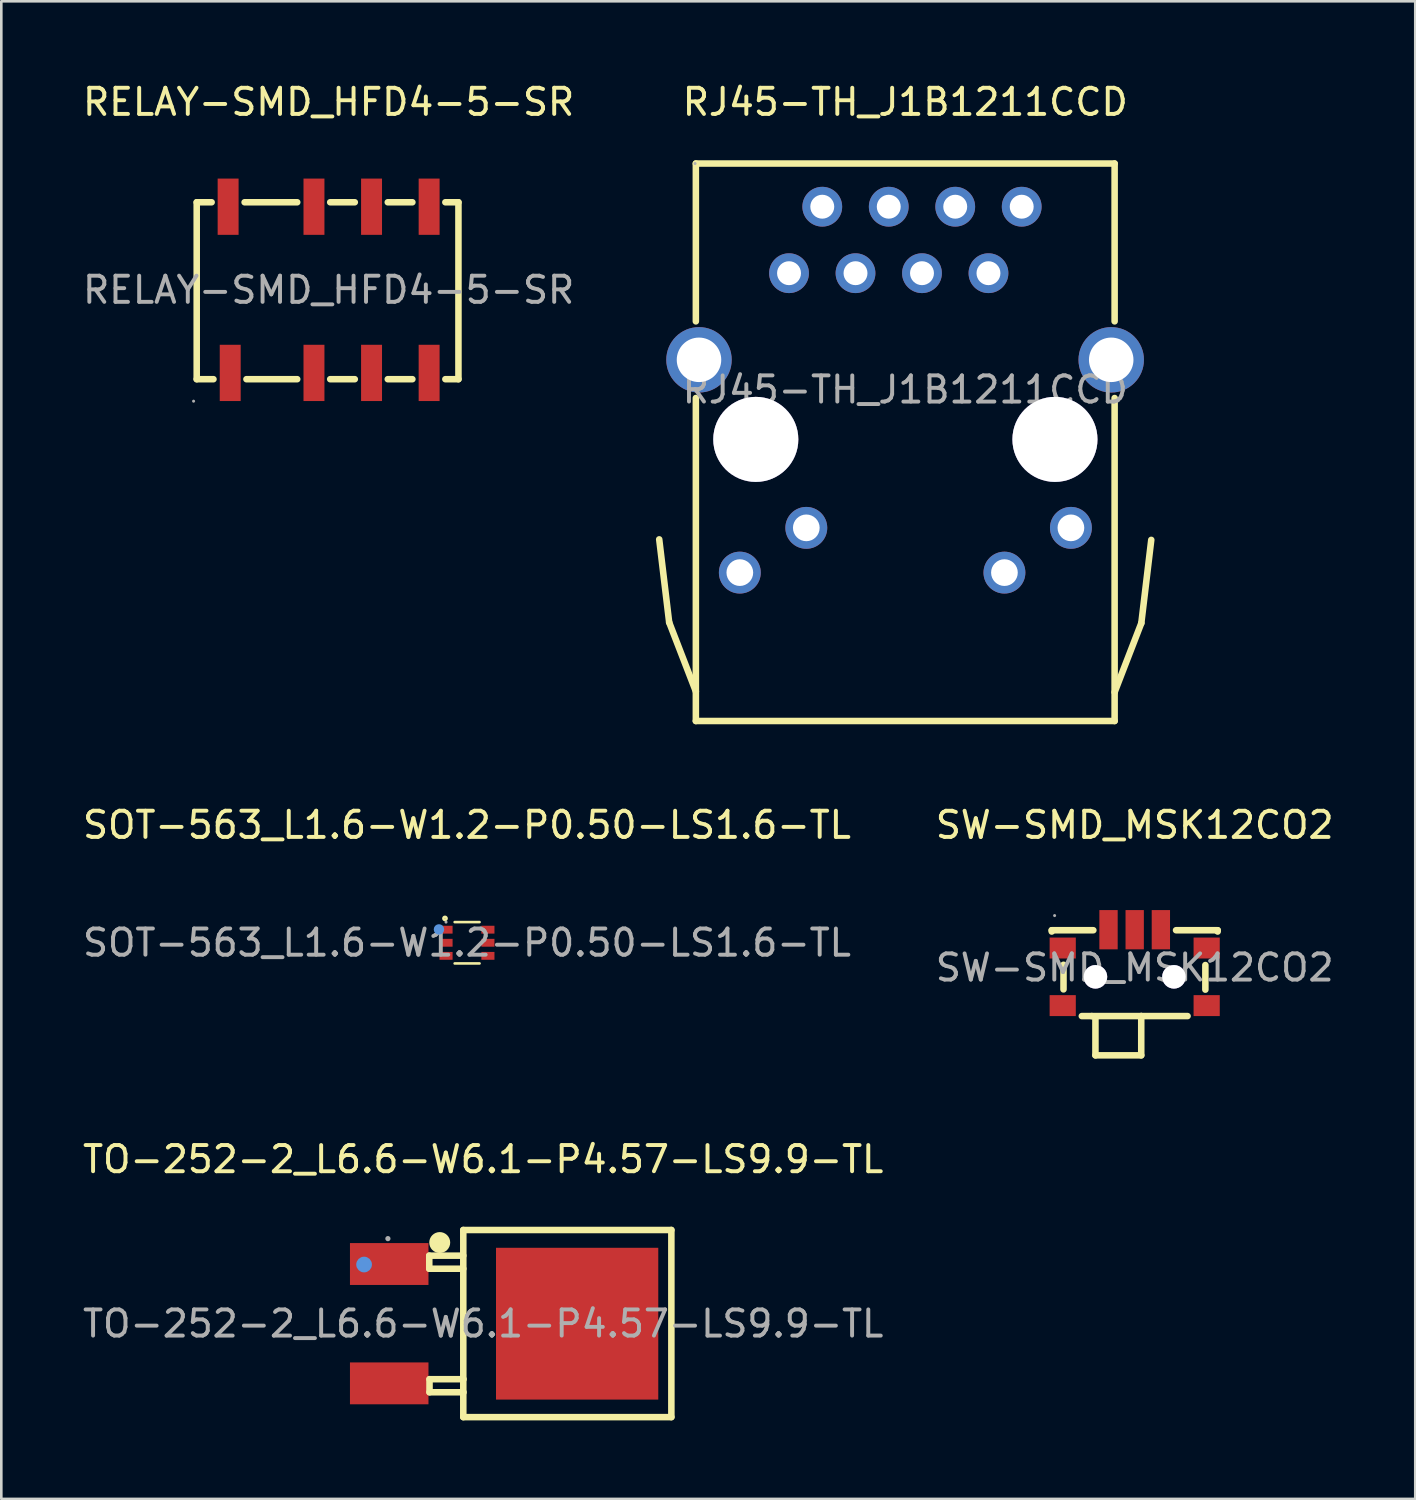
<source format=kicad_pcb>
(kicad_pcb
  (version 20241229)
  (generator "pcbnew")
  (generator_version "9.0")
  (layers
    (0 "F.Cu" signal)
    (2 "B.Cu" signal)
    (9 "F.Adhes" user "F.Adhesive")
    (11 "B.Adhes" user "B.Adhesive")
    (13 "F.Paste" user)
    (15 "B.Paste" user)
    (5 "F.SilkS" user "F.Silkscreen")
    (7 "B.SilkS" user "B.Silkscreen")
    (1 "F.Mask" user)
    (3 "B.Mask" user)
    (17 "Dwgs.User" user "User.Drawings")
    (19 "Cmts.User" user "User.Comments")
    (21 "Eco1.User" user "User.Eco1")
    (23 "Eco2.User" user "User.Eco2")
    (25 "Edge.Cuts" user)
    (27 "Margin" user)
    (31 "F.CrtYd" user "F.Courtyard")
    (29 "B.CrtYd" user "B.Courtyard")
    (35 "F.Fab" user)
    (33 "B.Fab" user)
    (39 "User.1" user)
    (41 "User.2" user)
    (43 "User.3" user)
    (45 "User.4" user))
  (footprint "SW-SMD_MSK12CO2"
    (layer "F.Cu")
    (at 40.304 33.922)
    (property "Reference" "SW-SMD_MSK12CO2" (at 0 -5.45 0) (layer "F.SilkS") (effects (font (size 1 1) (thickness 0.15))))
    (attr smd)
    (fp_line (start -3.17 -1.43) (end -3.17 -1.38) (stroke (width 0.25) (type solid)) (layer "F.SilkS"))
    (fp_line (start -2.72 -0.11) (end -2.72 0.83) (stroke (width 0.25) (type solid)) (layer "F.SilkS"))
    (fp_line (start -1.64 1.85) (end -2.02 1.85) (stroke (width 0.25) (type solid)) (layer "F.SilkS"))
    (fp_line (start -1.58 -1.43) (end -3.17 -1.43) (stroke (width 0.25) (type solid)) (layer "F.SilkS"))
    (fp_line (start -1.5 3.35) (end -1.5 1.9) (stroke (width 0.25) (type solid)) (layer "F.SilkS"))
    (fp_line (start 0.25 1.85) (end -1.64 1.85) (stroke (width 0.25) (type solid)) (layer "F.SilkS"))
    (fp_line (start 0.25 1.85) (end 0.25 3.35) (stroke (width 0.25) (type solid)) (layer "F.SilkS"))
    (fp_line (start 0.25 1.85) (end 2.02 1.85) (stroke (width 0.25) (type solid)) (layer "F.SilkS"))
    (fp_line (start 0.25 3.35) (end -1.5 3.35) (stroke (width 0.25) (type solid)) (layer "F.SilkS"))
    (fp_line (start 1.58 -1.43) (end 3.17 -1.43) (stroke (width 0.25) (type solid)) (layer "F.SilkS"))
    (fp_line (start 2.7 -0.1) (end 2.7 0.84) (stroke (width 0.25) (type solid)) (layer "F.SilkS"))
    (fp_line (start 3.17 -1.43) (end 3.17 -1.38) (stroke (width 0.25) (type solid)) (layer "F.SilkS"))
    (fp_circle (center -1.5 0.35) (end -1.31 0.35) (stroke (width 0.38) (type solid)) (fill no) (layer "Cmts.User"))
    (fp_circle (center 1.5 0.35) (end 1.69 0.35) (stroke (width 0.38) (type solid)) (fill no) (layer "Cmts.User"))
    (fp_circle (center -3.06 -1.99) (end -3.03 -1.99) (stroke (width 0.06) (type solid)) (fill no) (layer "F.Fab"))
    (fp_text user "${REFERENCE}" (at 0 0 0) (layer "F.Fab") (effects (font (size 1 1) (thickness 0.15))))
    (pad "" thru_hole circle (at -1.5 0.35) (size 0.9 0.9) (drill 0.9) (layers "*.Cu" "*.Mask"))
    (pad "" thru_hole circle (at 1.5 0.35) (size 0.9 0.9) (drill 0.9) (layers "*.Cu" "*.Mask"))
    (pad "1" smd rect (at -1 -1.45) (size 0.7 1.5) (layers "F.Cu" "F.Mask" "F.Paste"))
    (pad "2" smd rect (at 0 -1.45) (size 0.7 1.5) (layers "F.Cu" "F.Mask" "F.Paste"))
    (pad "3" smd rect (at 1 -1.45) (size 0.7 1.5) (layers "F.Cu" "F.Mask" "F.Paste"))
    (pad "4" smd rect (at -2.75 -0.75) (size 1 0.8) (layers "F.Cu" "F.Mask" "F.Paste"))
    (pad "4" smd rect (at -2.75 1.45) (size 1 0.8) (layers "F.Cu" "F.Mask" "F.Paste"))
    (pad "5" smd rect (at 2.75 -0.75) (size 1 0.8) (layers "F.Cu" "F.Mask" "F.Paste"))
    (pad "5" smd rect (at 2.75 1.45) (size 1 0.8) (layers "F.Cu" "F.Mask" "F.Paste")))
  (footprint "RJ45-TH_J1B1211CCD"
    (layer "F.Cu")
    (at 31.537 11.838)
    (property "Reference" "RJ45-TH_J1B1211CCD" (at 0 -10.99 0) (layer "F.SilkS") (effects (font (size 1 1) (thickness 0.15))))
    (attr through_hole)
    (fp_line (start -9.02 8.89) (end -9.4 5.72) (stroke (width 0.25) (type solid)) (layer "F.SilkS"))
    (fp_line (start -8 -8.64) (end -8 -2.61) (stroke (width 0.25) (type solid)) (layer "F.SilkS"))
    (fp_line (start -8 0.32) (end -8 12.66) (stroke (width 0.25) (type solid)) (layer "F.SilkS"))
    (fp_line (start -8 11.53) (end -9.02 8.89) (stroke (width 0.25) (type solid)) (layer "F.SilkS"))
    (fp_line (start 8 -8.64) (end -8 -8.64) (stroke (width 0.25) (type solid)) (layer "F.SilkS"))
    (fp_line (start 8 -8.64) (end 8 -2.61) (stroke (width 0.25) (type solid)) (layer "F.SilkS"))
    (fp_line (start 8 0.32) (end 8 12.66) (stroke (width 0.25) (type solid)) (layer "F.SilkS"))
    (fp_line (start 8 11.56) (end 9.02 8.92) (stroke (width 0.25) (type solid)) (layer "F.SilkS"))
    (fp_line (start 8 12.66) (end -8 12.66) (stroke (width 0.25) (type solid)) (layer "F.SilkS"))
    (fp_line (start 9.02 8.92) (end 9.4 5.74) (stroke (width 0.25) (type solid)) (layer "F.SilkS"))
    (fp_circle (center -8.03 -8.64) (end -8 -8.64) (stroke (width 0.06) (type solid)) (fill no) (layer "F.Fab"))
    (fp_text user "${REFERENCE}" (at 0 0 0) (layer "F.Fab") (effects (font (size 1 1) (thickness 0.15))))
    (pad "" thru_hole circle (at -5.71 1.9) (size 3.25 3.25) (drill 3.25) (layers "*.Cu" "*.Mask"))
    (pad "" thru_hole circle (at 5.72 1.9) (size 3.25 3.25) (drill 3.25) (layers "*.Cu" "*.Mask"))
    (pad "1" thru_hole circle (at -4.44 -4.45) (size 1.52 1.52) (drill 0.914) (layers "*.Cu" "*.Mask"))
    (pad "2" thru_hole circle (at -3.17 -6.99) (size 1.52 1.52) (drill 0.914) (layers "*.Cu" "*.Mask"))
    (pad "3" thru_hole circle (at -1.9 -4.45) (size 1.52 1.52) (drill 0.914) (layers "*.Cu" "*.Mask"))
    (pad "4" thru_hole circle (at -0.63 -6.99) (size 1.52 1.52) (drill 0.914) (layers "*.Cu" "*.Mask"))
    (pad "5" thru_hole circle (at 0.64 -4.45) (size 1.52 1.52) (drill 0.914) (layers "*.Cu" "*.Mask"))
    (pad "6" thru_hole circle (at 1.91 -6.99) (size 1.52 1.52) (drill 0.914) (layers "*.Cu" "*.Mask"))
    (pad "7" thru_hole circle (at 3.18 -4.45) (size 1.52 1.52) (drill 0.914) (layers "*.Cu" "*.Mask"))
    (pad "8" thru_hole circle (at 4.45 -6.99) (size 1.52 1.52) (drill 0.914) (layers "*.Cu" "*.Mask"))
    (pad "9" thru_hole circle (at -6.32 6.99) (size 1.6 1.6) (drill 1.02) (layers "*.Cu" "*.Mask"))
    (pad "10" thru_hole circle (at -3.78 5.28) (size 1.6 1.6) (drill 1.02) (layers "*.Cu" "*.Mask"))
    (pad "11" thru_hole circle (at 3.79 6.99) (size 1.6 1.6) (drill 1.02) (layers "*.Cu" "*.Mask"))
    (pad "12" thru_hole circle (at 6.33 5.28) (size 1.6 1.6) (drill 1.02) (layers "*.Cu" "*.Mask"))
    (pad "13" thru_hole circle (at -7.88 -1.14) (size 2.5 2.5) (drill 1.7) (layers "*.Cu" "*.Mask"))
    (pad "14" thru_hole circle (at 7.87 -1.14) (size 2.5 2.5) (drill 1.7) (layers "*.Cu" "*.Mask")))
  (footprint "SOT-563_L1.6-W1.2-P0.50-LS1.6-TL"
    (layer "F.Cu")
    (at 14.792 32.971)
    (property "Reference" "SOT-563_L1.6-W1.2-P0.50-LS1.6-TL" (at 0 -4.5 0) (layer "F.SilkS") (effects (font (size 1 1) (thickness 0.15))))
    (attr smd)
    (fp_line (start 0.48 -0.79) (end -0.47 -0.79) (stroke (width 0.1) (type solid)) (layer "F.SilkS"))
    (fp_line (start 0.48 0.79) (end -0.47 0.79) (stroke (width 0.1) (type solid)) (layer "F.SilkS"))
    (fp_circle (center -0.84 -0.93) (end -0.78 -0.93) (stroke (width 0.1) (type solid)) (fill no) (layer "F.SilkS"))
    (fp_circle (center -1.07 -0.51) (end -0.97 -0.51) (stroke (width 0.2) (type solid)) (fill no) (layer "Cmts.User"))
    (fp_circle (center -0.8 -0.79) (end -0.77 -0.79) (stroke (width 0.06) (type solid)) (fill no) (layer "F.Fab"))
    (fp_text user "${REFERENCE}" (at 0 0 0) (layer "F.Fab") (effects (font (size 1 1) (thickness 0.15))))
    (pad "1" smd rect (at -0.8 -0.5 270) (size 0.3 0.5) (layers "F.Cu" "F.Mask" "F.Paste"))
    (pad "2" smd rect (at -0.8 0 270) (size 0.3 0.5) (layers "F.Cu" "F.Mask" "F.Paste"))
    (pad "3" smd rect (at -0.8 0.5 270) (size 0.3 0.5) (layers "F.Cu" "F.Mask" "F.Paste"))
    (pad "4" smd rect (at 0.8 0.5 270) (size 0.3 0.5) (layers "F.Cu" "F.Mask" "F.Paste"))
    (pad "5" smd rect (at 0.8 0 270) (size 0.3 0.5) (layers "F.Cu" "F.Mask" "F.Paste"))
    (pad "6" smd rect (at 0.8 -0.5 270) (size 0.3 0.5) (layers "F.Cu" "F.Mask" "F.Paste")))
  (footprint "TO-252-2_L6.6-W6.1-P4.57-LS9.9-TL"
    (layer "F.Cu")
    (at 15.411 47.525)
    (property "Reference" "TO-252-2_L6.6-W6.1-P4.57-LS9.9-TL" (at 0 -6.28 0) (layer "F.SilkS") (effects (font (size 1 1) (thickness 0.15))))
    (attr smd)
    (fp_line (start -2.06 -2.6) (end -2.06 -2.1) (stroke (width 0.25) (type solid)) (layer "F.SilkS"))
    (fp_line (start -2.06 -2.1) (end -0.76 -2.1) (stroke (width 0.25) (type solid)) (layer "F.SilkS"))
    (fp_line (start -2.05 2.12) (end -2.05 2.62) (stroke (width 0.25) (type solid)) (layer "F.SilkS"))
    (fp_line (start -2.05 2.62) (end -0.75 2.62) (stroke (width 0.25) (type solid)) (layer "F.SilkS"))
    (fp_line (start -0.76 -3.58) (end -0.76 3.57) (stroke (width 0.25) (type solid)) (layer "F.SilkS"))
    (fp_line (start -0.76 -2.6) (end -2.06 -2.6) (stroke (width 0.25) (type solid)) (layer "F.SilkS"))
    (fp_line (start -0.76 3.57) (end 7.19 3.57) (stroke (width 0.25) (type solid)) (layer "F.SilkS"))
    (fp_line (start -0.75 2.12) (end -2.05 2.12) (stroke (width 0.25) (type solid)) (layer "F.SilkS"))
    (fp_line (start 7.19 -3.58) (end -0.76 -3.58) (stroke (width 0.25) (type solid)) (layer "F.SilkS"))
    (fp_line (start 7.19 3.57) (end 7.19 -3.58) (stroke (width 0.25) (type solid)) (layer "F.SilkS"))
    (fp_arc (start -1.66 -3.1) (mid -1.66 -3.1) (end -1.66 -3.1) (stroke (width 0.4) (type solid)) (layer "F.SilkS"))
    (fp_circle (center -4.55 -2.26) (end -4.4 -2.26) (stroke (width 0.3) (type solid)) (fill no) (layer "Cmts.User"))
    (fp_circle (center -3.64 -3.25) (end -3.59 -3.25) (stroke (width 0.1) (type solid)) (fill no) (layer "F.Fab"))
    (fp_text user "${REFERENCE}" (at 0 0 0) (layer "F.Fab") (effects (font (size 1 1) (thickness 0.15))))
    (pad "1" smd rect (at -3.59 -2.28 270) (size 1.6 3) (layers "F.Cu" "F.Mask" "F.Paste"))
    (pad "2" smd rect (at -3.59 2.28 90) (size 1.6 3) (layers "F.Cu" "F.Mask" "F.Paste"))
    (pad "3" smd rect (at 3.59 0 270) (size 5.8 6.2) (layers "F.Cu" "F.Mask" "F.Paste")))
  (footprint "RELAY-SMD_HFD4-5-SR"
    (layer "F.Cu")
    (at 9.506 8.028)
    (property "Reference" "RELAY-SMD_HFD4-5-SR" (at 0 -7.18 0) (layer "F.SilkS") (effects (font (size 1 1) (thickness 0.15))))
    (attr smd)
    (fp_line (start -5.04 -3.35) (end -4.47 -3.35) (stroke (width 0.25) (type solid)) (layer "F.SilkS"))
    (fp_line (start -5.04 3.41) (end -5.04 -3.35) (stroke (width 0.25) (type solid)) (layer "F.SilkS"))
    (fp_line (start -4.4 3.41) (end -5.04 3.41) (stroke (width 0.25) (type solid)) (layer "F.SilkS"))
    (fp_line (start -3.21 -3.35) (end -1.2 -3.35) (stroke (width 0.25) (type solid)) (layer "F.SilkS"))
    (fp_line (start -1.2 3.41) (end -3.14 3.41) (stroke (width 0.25) (type solid)) (layer "F.SilkS"))
    (fp_line (start 0.06 -3.35) (end 1 -3.35) (stroke (width 0.25) (type solid)) (layer "F.SilkS"))
    (fp_line (start 1 3.41) (end 0.06 3.41) (stroke (width 0.25) (type solid)) (layer "F.SilkS"))
    (fp_line (start 2.26 -3.35) (end 3.2 -3.35) (stroke (width 0.25) (type solid)) (layer "F.SilkS"))
    (fp_line (start 3.2 3.41) (end 2.26 3.41) (stroke (width 0.25) (type solid)) (layer "F.SilkS"))
    (fp_line (start 4.46 -3.35) (end 4.96 -3.35) (stroke (width 0.25) (type solid)) (layer "F.SilkS"))
    (fp_line (start 4.96 -3.35) (end 4.96 3.41) (stroke (width 0.25) (type solid)) (layer "F.SilkS"))
    (fp_line (start 4.96 3.41) (end 4.46 3.41) (stroke (width 0.25) (type solid)) (layer "F.SilkS"))
    (fp_circle (center -5.16 4.25) (end -5.13 4.25) (stroke (width 0.06) (type solid)) (fill no) (layer "F.Fab"))
    (fp_text user "${REFERENCE}" (at 0 0 0) (layer "F.Fab") (effects (font (size 1 1) (thickness 0.15))))
    (pad "1" smd rect (at -3.76 3.17) (size 0.8 2.15) (layers "F.Cu" "F.Mask" "F.Paste"))
    (pad "2" smd rect (at -0.56 3.17) (size 0.8 2.15) (layers "F.Cu" "F.Mask" "F.Paste"))
    (pad "3" smd rect (at 1.64 3.17) (size 0.8 2.15) (layers "F.Cu" "F.Mask" "F.Paste"))
    (pad "4" smd rect (at 3.84 3.17) (size 0.8 2.15) (layers "F.Cu" "F.Mask" "F.Paste"))
    (pad "5" smd rect (at 3.84 -3.18) (size 0.8 2.15) (layers "F.Cu" "F.Mask" "F.Paste"))
    (pad "6" smd rect (at 1.64 -3.18) (size 0.8 2.15) (layers "F.Cu" "F.Mask" "F.Paste"))
    (pad "7" smd rect (at -0.56 -3.18) (size 0.8 2.15) (layers "F.Cu" "F.Mask" "F.Paste"))
    (pad "8" smd rect (at -3.84 -3.18) (size 0.8 2.15) (layers "F.Cu" "F.Mask" "F.Paste")))
  (gr_rect
    (start -3 -3)
    (end 51.024 54.22)
    (stroke (width 0.1) (type default))
    (fill no)
    (layer "Edge.Cuts")))
</source>
